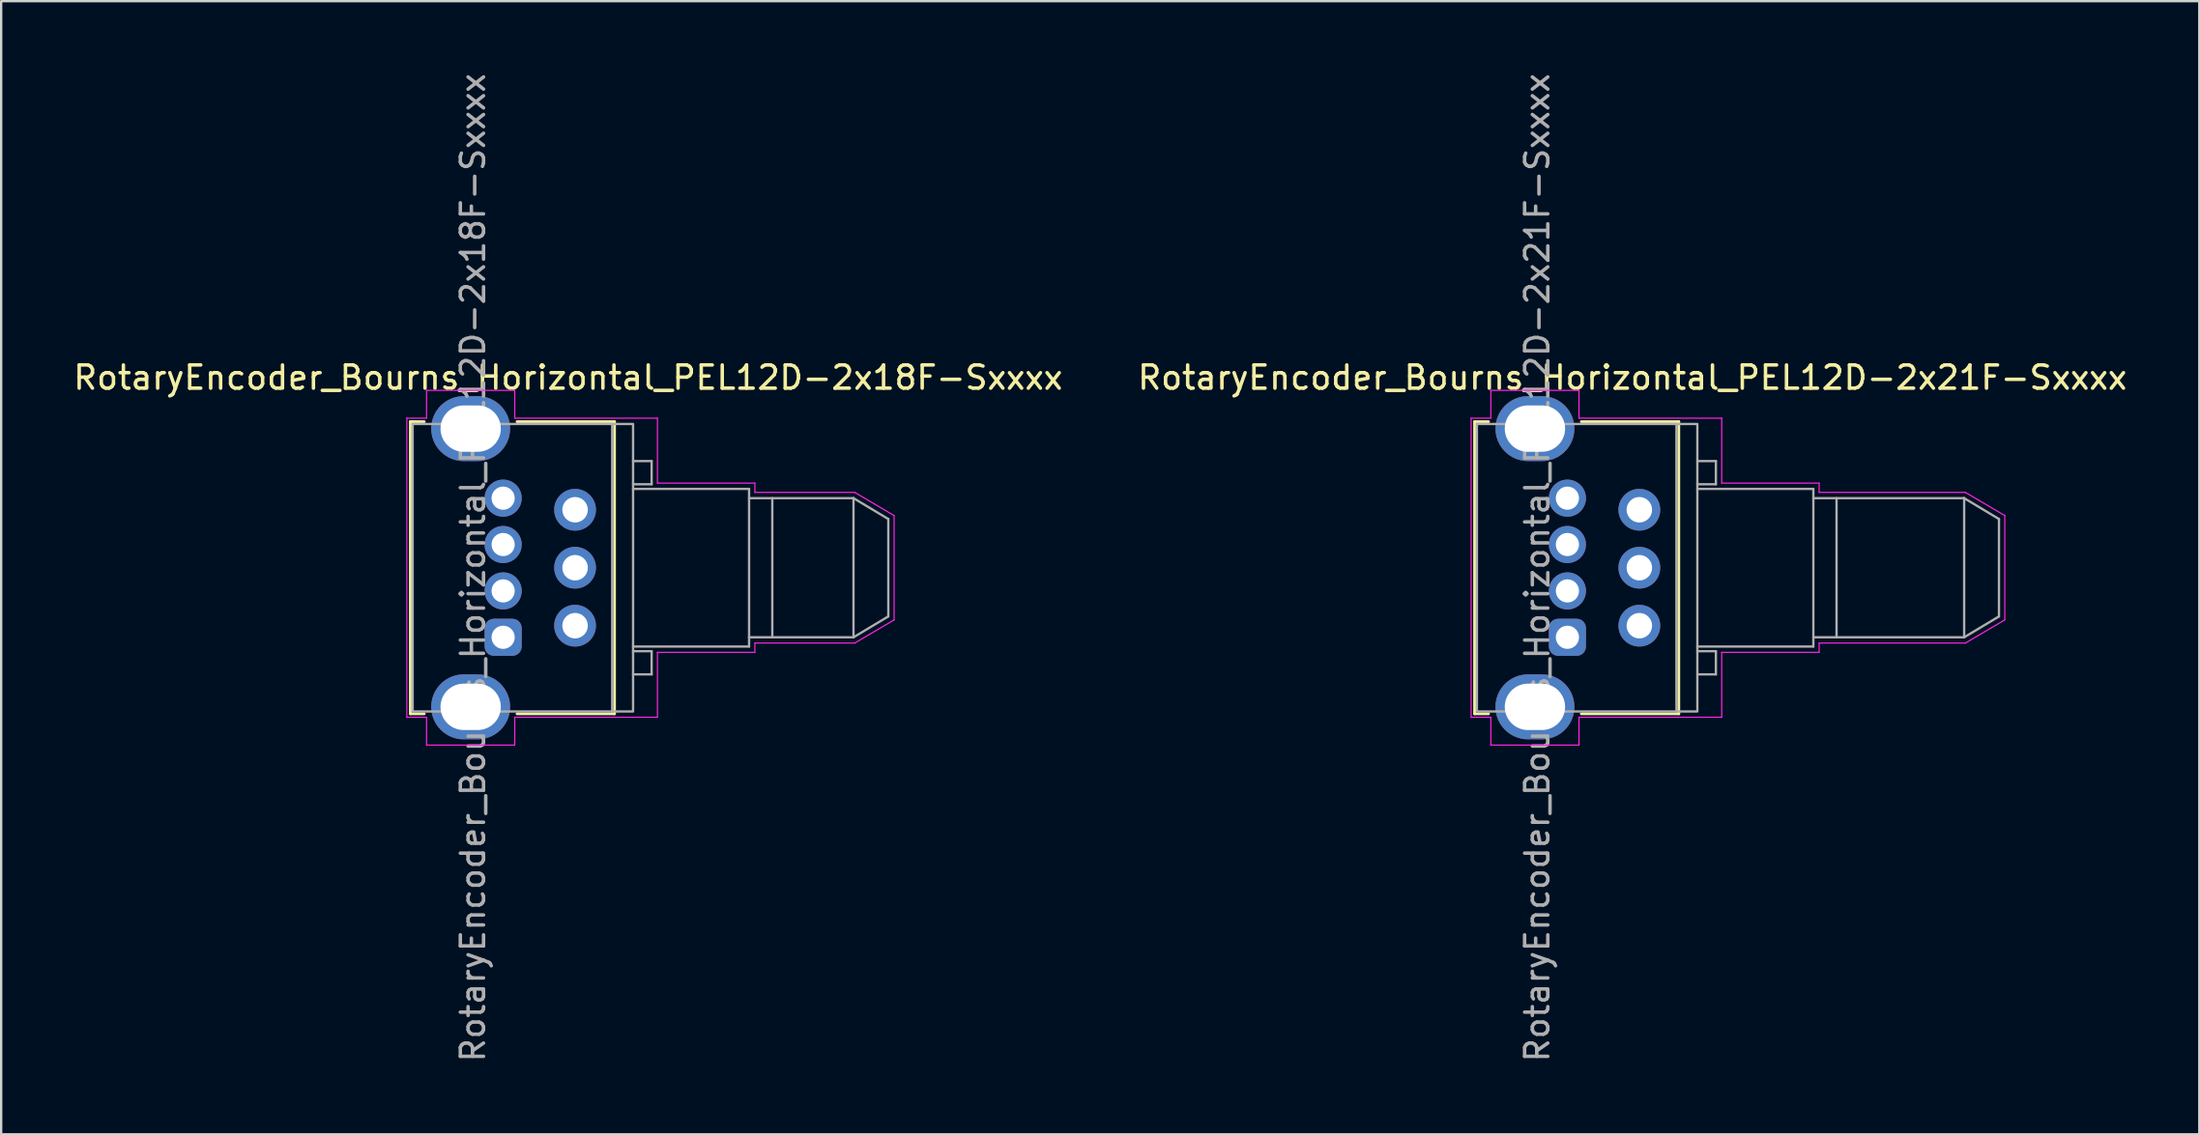
<source format=kicad_pcb>
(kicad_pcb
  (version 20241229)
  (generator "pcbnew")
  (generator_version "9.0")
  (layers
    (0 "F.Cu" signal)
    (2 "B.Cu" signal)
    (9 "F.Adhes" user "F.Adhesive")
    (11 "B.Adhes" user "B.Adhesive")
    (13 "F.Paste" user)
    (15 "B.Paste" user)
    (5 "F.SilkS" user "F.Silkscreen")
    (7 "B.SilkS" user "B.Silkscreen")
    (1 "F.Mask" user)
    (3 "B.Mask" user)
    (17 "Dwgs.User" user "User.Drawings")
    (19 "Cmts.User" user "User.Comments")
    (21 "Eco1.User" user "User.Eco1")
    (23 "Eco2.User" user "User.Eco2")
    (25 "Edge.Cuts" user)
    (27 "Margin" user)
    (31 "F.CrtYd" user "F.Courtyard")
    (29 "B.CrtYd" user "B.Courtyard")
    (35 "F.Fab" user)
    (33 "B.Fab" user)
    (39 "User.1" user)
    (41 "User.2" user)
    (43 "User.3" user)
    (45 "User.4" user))
  (footprint "RotaryEncoder_Bourns_Horizontal_PEL12D-2x18F-Sxxxx"
    (layer "F.Cu")
    (at 18.635 24.435)
    (property "Reference" "RotaryEncoder_Bourns_Horizontal_PEL12D-2x18F-Sxxxx" (at 2.8 -11.2 0) (layer "F.SilkS") (effects (font (size 1 1) (thickness 0.15))))
    (attr through_hole)
    (fp_line (start -4 -9.3) (end -4 3.3) (stroke (width 0.12) (type default)) (layer "F.SilkS"))
    (fp_line (start -4 3.3) (end -3.4 3.3) (stroke (width 0.12) (type default)) (layer "F.SilkS"))
    (fp_line (start -3.4 -9.3) (end -4 -9.3) (stroke (width 0.12) (type default)) (layer "F.SilkS"))
    (fp_line (start 0.6 3.3) (end 4.8 3.3) (stroke (width 0.12) (type default)) (layer "F.SilkS"))
    (fp_line (start 4.8 -9.3) (end 0.6 -9.3) (stroke (width 0.12) (type default)) (layer "F.SilkS"))
    (fp_line (start 4.8 3.3) (end 4.8 -9.3) (stroke (width 0.12) (type default)) (layer "F.SilkS"))
    (fp_line (start -4.15 -9.45) (end -4.15 3.45) (stroke (width 0.05) (type default)) (layer "F.CrtYd"))
    (fp_line (start -4.15 3.45) (end -3.3 3.45) (stroke (width 0.05) (type default)) (layer "F.CrtYd"))
    (fp_line (start -3.3 -10.65) (end -3.3 -9.45) (stroke (width 0.05) (type default)) (layer "F.CrtYd"))
    (fp_line (start -3.3 -9.45) (end -4.15 -9.45) (stroke (width 0.05) (type default)) (layer "F.CrtYd"))
    (fp_line (start -3.3 3.45) (end -3.3 4.65) (stroke (width 0.05) (type default)) (layer "F.CrtYd"))
    (fp_line (start -3.3 4.65) (end 0.5 4.65) (stroke (width 0.05) (type default)) (layer "F.CrtYd"))
    (fp_line (start 0.5 -10.65) (end -3.3 -10.65) (stroke (width 0.05) (type default)) (layer "F.CrtYd"))
    (fp_line (start 0.5 -9.45) (end 0.5 -10.65) (stroke (width 0.05) (type default)) (layer "F.CrtYd"))
    (fp_line (start 0.5 3.45) (end 6.65 3.45) (stroke (width 0.05) (type default)) (layer "F.CrtYd"))
    (fp_line (start 0.5 4.65) (end 0.5 3.45) (stroke (width 0.05) (type default)) (layer "F.CrtYd"))
    (fp_line (start 6.65 -9.45) (end 0.5 -9.45) (stroke (width 0.05) (type default)) (layer "F.CrtYd"))
    (fp_line (start 6.65 -6.65) (end 6.65 -9.45) (stroke (width 0.05) (type default)) (layer "F.CrtYd"))
    (fp_line (start 6.65 0.65) (end 6.65 3.45) (stroke (width 0.05) (type default)) (layer "F.CrtYd"))
    (fp_line (start 10.85 -6.65) (end 6.65 -6.65) (stroke (width 0.05) (type default)) (layer "F.CrtYd"))
    (fp_line (start 10.85 -6.25) (end 10.85 -6.65) (stroke (width 0.05) (type default)) (layer "F.CrtYd"))
    (fp_line (start 10.85 0.25) (end 15.15 0.25) (stroke (width 0.05) (type default)) (layer "F.CrtYd"))
    (fp_line (start 10.85 0.65) (end 6.65 0.65) (stroke (width 0.05) (type default)) (layer "F.CrtYd"))
    (fp_line (start 10.85 0.65) (end 10.85 0.25) (stroke (width 0.05) (type default)) (layer "F.CrtYd"))
    (fp_line (start 15.15 -6.25) (end 10.85 -6.25) (stroke (width 0.05) (type default)) (layer "F.CrtYd"))
    (fp_line (start 15.15 -6.25) (end 16.85 -5.25) (stroke (width 0.05) (type default)) (layer "F.CrtYd"))
    (fp_line (start 15.15 0.25) (end 16.85 -0.75) (stroke (width 0.05) (type default)) (layer "F.CrtYd"))
    (fp_line (start 16.85 -0.75) (end 16.85 -5.25) (stroke (width 0.05) (type default)) (layer "F.CrtYd"))
    (fp_line (start 4.7 -9.2) (end 4.7 3.2) (stroke (width 0.1) (type default)) (layer "F.Fab"))
    (fp_line (start 5.6 -7.6) (end 6.4 -7.6) (stroke (width 0.1) (type default)) (layer "F.Fab"))
    (fp_line (start 5.6 -6.4) (end 10.6 -6.4) (stroke (width 0.1) (type default)) (layer "F.Fab"))
    (fp_line (start 5.6 1.6) (end 6.4 1.6) (stroke (width 0.1) (type default)) (layer "F.Fab"))
    (fp_line (start 6.4 -7.6) (end 6.4 -6.6) (stroke (width 0.1) (type default)) (layer "F.Fab"))
    (fp_line (start 6.4 -6.6) (end 5.6 -6.6) (stroke (width 0.1) (type default)) (layer "F.Fab"))
    (fp_line (start 6.4 0.6) (end 5.6 0.6) (stroke (width 0.1) (type default)) (layer "F.Fab"))
    (fp_line (start 6.4 1.6) (end 6.4 0.6) (stroke (width 0.1) (type default)) (layer "F.Fab"))
    (fp_line (start 10.6 -6.4) (end 10.6 0.4) (stroke (width 0.1) (type default)) (layer "F.Fab"))
    (fp_line (start 10.6 -6) (end 15.1 -6) (stroke (width 0.1) (type default)) (layer "F.Fab"))
    (fp_line (start 10.6 0.4) (end 5.6 0.4) (stroke (width 0.1) (type default)) (layer "F.Fab"))
    (fp_line (start 11.6 -6) (end 11.6 0) (stroke (width 0.1) (type default)) (layer "F.Fab"))
    (fp_line (start 15.1 -6) (end 15.1 0) (stroke (width 0.1) (type default)) (layer "F.Fab"))
    (fp_line (start 15.1 -6) (end 16.6 -5.1) (stroke (width 0.1) (type default)) (layer "F.Fab"))
    (fp_line (start 15.1 0) (end 10.6 0) (stroke (width 0.1) (type default)) (layer "F.Fab"))
    (fp_line (start 15.1 0) (end 16.6 -0.9) (stroke (width 0.1) (type default)) (layer "F.Fab"))
    (fp_line (start 16.6 -0.9) (end 16.6 -5.1) (stroke (width 0.1) (type default)) (layer "F.Fab"))
    (fp_rect (start -3.9 -9.2) (end 5.6 3.2) (stroke (width 0.1) (type default)) (fill no) (layer "F.Fab"))
    (fp_text user "${REFERENCE}" (at -1.3 -3 90) (layer "F.Fab") (effects (font (size 1 1) (thickness 0.15))))
    (pad "1" thru_hole roundrect (at 0 0) (size 1.6 1.6) (drill 1) (layers "*.Cu" "*.Mask") (roundrect_rratio 0.25))
    (pad "2" thru_hole circle (at 0 -2) (size 1.6 1.6) (drill 1) (layers "*.Cu" "*.Mask"))
    (pad "3" thru_hole circle (at 0 -4) (size 1.6 1.6) (drill 1) (layers "*.Cu" "*.Mask"))
    (pad "4" thru_hole circle (at 0 -6) (size 1.6 1.6) (drill 1) (layers "*.Cu" "*.Mask"))
    (pad "A" thru_hole circle (at 3.1 -0.5) (size 1.8 1.8) (drill 1.1) (layers "*.Cu" "*.Mask"))
    (pad "B" thru_hole circle (at 3.1 -3) (size 1.8 1.8) (drill 1.1) (layers "*.Cu" "*.Mask"))
    (pad "C" thru_hole circle (at 3.1 -5.5) (size 1.8 1.8) (drill 1.1) (layers "*.Cu" "*.Mask"))
    (pad "SH" thru_hole oval (at -1.4 -9) (size 3.4 2.8) (drill oval 2.6 2) (layers "*.Cu" "*.Mask"))
    (pad "SH" thru_hole oval (at -1.4 3) (size 3.4 2.8) (drill oval 2.6 2) (layers "*.Cu" "*.Mask"))
    (zone (net_name "") (layer "F.Cu") (hatch edge 0.5) (connect_pads) (min_thickness 0.25) (filled_areas_thickness no) (keepout (tracks not_allowed) (vias not_allowed) (pads not_allowed) (copperpour allowed) (footprints allowed)) (placement (enabled no)) (fill) (polygon (pts (xy 15.435 15.035) (xy 14.535 15.035) (xy 14.535 15.735) (xy 15.435 15.735))))
    (zone (net_name "") (layer "F.Cu") (hatch edge 0.5) (connect_pads) (min_thickness 0.25) (filled_areas_thickness no) (keepout (tracks not_allowed) (vias not_allowed) (pads not_allowed) (copperpour allowed) (footprints allowed)) (placement (enabled no)) (fill) (polygon (pts (xy 15.435 27.135) (xy 14.535 27.135) (xy 14.535 27.835) (xy 15.435 27.835))))
    (zone (net_name "") (layers "F.Cu" "F.Fab") (hatch edge 0.5) (connect_pads) (min_thickness 0.25) (filled_areas_thickness no) (keepout (tracks not_allowed) (vias not_allowed) (pads not_allowed) (copperpour allowed) (footprints allowed)) (placement (enabled no)) (fill) (polygon (pts (xy 23.535 14.985) (xy 22.235 14.985) (xy 22.235 15.735) (xy 23.535 15.735))))
    (zone (net_name "") (layers "F.Cu" "F.Fab") (hatch edge 0.5) (connect_pads) (min_thickness 0.25) (filled_areas_thickness no) (keepout (tracks not_allowed) (vias not_allowed) (pads not_allowed) (copperpour allowed) (footprints allowed)) (placement (enabled no)) (fill) (polygon (pts (xy 23.535 27.135) (xy 22.235 27.135) (xy 22.235 27.885) (xy 23.535 27.885)))))
  (footprint "RotaryEncoder_Bourns_Horizontal_PEL12D-2x21F-Sxxxx"
    (layer "F.Cu")
    (at 64.504 24.435)
    (property "Reference" "RotaryEncoder_Bourns_Horizontal_PEL12D-2x21F-Sxxxx" (at 2.8 -11.2 0) (layer "F.SilkS") (effects (font (size 1 1) (thickness 0.15))))
    (attr through_hole)
    (fp_line (start -4 -9.3) (end -4 3.3) (stroke (width 0.12) (type default)) (layer "F.SilkS"))
    (fp_line (start -4 3.3) (end -3.4 3.3) (stroke (width 0.12) (type default)) (layer "F.SilkS"))
    (fp_line (start -3.4 -9.3) (end -4 -9.3) (stroke (width 0.12) (type default)) (layer "F.SilkS"))
    (fp_line (start 0.6 3.3) (end 4.8 3.3) (stroke (width 0.12) (type default)) (layer "F.SilkS"))
    (fp_line (start 4.8 -9.3) (end 0.6 -9.3) (stroke (width 0.12) (type default)) (layer "F.SilkS"))
    (fp_line (start 4.8 3.3) (end 4.8 -9.3) (stroke (width 0.12) (type default)) (layer "F.SilkS"))
    (fp_line (start -4.15 -9.45) (end -4.15 3.45) (stroke (width 0.05) (type default)) (layer "F.CrtYd"))
    (fp_line (start -4.15 3.45) (end -3.3 3.45) (stroke (width 0.05) (type default)) (layer "F.CrtYd"))
    (fp_line (start -3.3 -10.65) (end -3.3 -9.45) (stroke (width 0.05) (type default)) (layer "F.CrtYd"))
    (fp_line (start -3.3 -9.45) (end -4.15 -9.45) (stroke (width 0.05) (type default)) (layer "F.CrtYd"))
    (fp_line (start -3.3 3.45) (end -3.3 4.65) (stroke (width 0.05) (type default)) (layer "F.CrtYd"))
    (fp_line (start -3.3 4.65) (end 0.5 4.65) (stroke (width 0.05) (type default)) (layer "F.CrtYd"))
    (fp_line (start 0.5 -10.65) (end -3.3 -10.65) (stroke (width 0.05) (type default)) (layer "F.CrtYd"))
    (fp_line (start 0.5 -9.45) (end 0.5 -10.65) (stroke (width 0.05) (type default)) (layer "F.CrtYd"))
    (fp_line (start 0.5 3.45) (end 6.65 3.45) (stroke (width 0.05) (type default)) (layer "F.CrtYd"))
    (fp_line (start 0.5 4.65) (end 0.5 3.45) (stroke (width 0.05) (type default)) (layer "F.CrtYd"))
    (fp_line (start 6.65 -9.45) (end 0.5 -9.45) (stroke (width 0.05) (type default)) (layer "F.CrtYd"))
    (fp_line (start 6.65 -6.65) (end 6.65 -9.45) (stroke (width 0.05) (type default)) (layer "F.CrtYd"))
    (fp_line (start 6.65 0.65) (end 6.65 3.45) (stroke (width 0.05) (type default)) (layer "F.CrtYd"))
    (fp_line (start 10.85 -6.65) (end 6.65 -6.65) (stroke (width 0.05) (type default)) (layer "F.CrtYd"))
    (fp_line (start 10.85 -6.25) (end 10.85 -6.65) (stroke (width 0.05) (type default)) (layer "F.CrtYd"))
    (fp_line (start 10.85 0.25) (end 17.15 0.25) (stroke (width 0.05) (type default)) (layer "F.CrtYd"))
    (fp_line (start 10.85 0.65) (end 6.65 0.65) (stroke (width 0.05) (type default)) (layer "F.CrtYd"))
    (fp_line (start 10.85 0.65) (end 10.85 0.25) (stroke (width 0.05) (type default)) (layer "F.CrtYd"))
    (fp_line (start 17.15 -6.25) (end 10.85 -6.25) (stroke (width 0.05) (type default)) (layer "F.CrtYd"))
    (fp_line (start 17.15 -6.25) (end 18.85 -5.25) (stroke (width 0.05) (type default)) (layer "F.CrtYd"))
    (fp_line (start 17.15 0.25) (end 18.85 -0.75) (stroke (width 0.05) (type default)) (layer "F.CrtYd"))
    (fp_line (start 18.85 -0.75) (end 18.85 -5.25) (stroke (width 0.05) (type default)) (layer "F.CrtYd"))
    (fp_line (start 4.7 -9.2) (end 4.7 3.2) (stroke (width 0.1) (type default)) (layer "F.Fab"))
    (fp_line (start 5.6 -7.6) (end 6.4 -7.6) (stroke (width 0.1) (type default)) (layer "F.Fab"))
    (fp_line (start 5.6 -6.4) (end 10.6 -6.4) (stroke (width 0.1) (type default)) (layer "F.Fab"))
    (fp_line (start 5.6 1.6) (end 6.4 1.6) (stroke (width 0.1) (type default)) (layer "F.Fab"))
    (fp_line (start 6.4 -7.6) (end 6.4 -6.6) (stroke (width 0.1) (type default)) (layer "F.Fab"))
    (fp_line (start 6.4 -6.6) (end 5.6 -6.6) (stroke (width 0.1) (type default)) (layer "F.Fab"))
    (fp_line (start 6.4 0.6) (end 5.6 0.6) (stroke (width 0.1) (type default)) (layer "F.Fab"))
    (fp_line (start 6.4 1.6) (end 6.4 0.6) (stroke (width 0.1) (type default)) (layer "F.Fab"))
    (fp_line (start 10.6 -6.4) (end 10.6 0.4) (stroke (width 0.1) (type default)) (layer "F.Fab"))
    (fp_line (start 10.6 -6) (end 17.1 -6) (stroke (width 0.1) (type default)) (layer "F.Fab"))
    (fp_line (start 10.6 0.4) (end 5.6 0.4) (stroke (width 0.1) (type default)) (layer "F.Fab"))
    (fp_line (start 11.6 -6) (end 11.6 0) (stroke (width 0.1) (type default)) (layer "F.Fab"))
    (fp_line (start 17.1 -6) (end 17.1 0) (stroke (width 0.1) (type default)) (layer "F.Fab"))
    (fp_line (start 17.1 -6) (end 18.6 -5.1) (stroke (width 0.1) (type default)) (layer "F.Fab"))
    (fp_line (start 17.1 0) (end 10.6 0) (stroke (width 0.1) (type default)) (layer "F.Fab"))
    (fp_line (start 17.1 0) (end 18.6 -0.9) (stroke (width 0.1) (type default)) (layer "F.Fab"))
    (fp_line (start 18.6 -0.9) (end 18.6 -5.1) (stroke (width 0.1) (type default)) (layer "F.Fab"))
    (fp_rect (start -3.9 -9.2) (end 5.6 3.2) (stroke (width 0.1) (type default)) (fill no) (layer "F.Fab"))
    (fp_text user "${REFERENCE}" (at -1.3 -3 90) (layer "F.Fab") (effects (font (size 1 1) (thickness 0.15))))
    (pad "1" thru_hole roundrect (at 0 0) (size 1.6 1.6) (drill 1) (layers "*.Cu" "*.Mask") (roundrect_rratio 0.25))
    (pad "2" thru_hole circle (at 0 -2) (size 1.6 1.6) (drill 1) (layers "*.Cu" "*.Mask"))
    (pad "3" thru_hole circle (at 0 -4) (size 1.6 1.6) (drill 1) (layers "*.Cu" "*.Mask"))
    (pad "4" thru_hole circle (at 0 -6) (size 1.6 1.6) (drill 1) (layers "*.Cu" "*.Mask"))
    (pad "A" thru_hole circle (at 3.1 -0.5) (size 1.8 1.8) (drill 1.1) (layers "*.Cu" "*.Mask"))
    (pad "B" thru_hole circle (at 3.1 -3) (size 1.8 1.8) (drill 1.1) (layers "*.Cu" "*.Mask"))
    (pad "C" thru_hole circle (at 3.1 -5.5) (size 1.8 1.8) (drill 1.1) (layers "*.Cu" "*.Mask"))
    (pad "SH" thru_hole oval (at -1.4 -9) (size 3.4 2.8) (drill oval 2.6 2) (layers "*.Cu" "*.Mask"))
    (pad "SH" thru_hole oval (at -1.4 3) (size 3.4 2.8) (drill oval 2.6 2) (layers "*.Cu" "*.Mask"))
    (zone (net_name "") (layer "F.Cu") (hatch edge 0.5) (connect_pads) (min_thickness 0.25) (filled_areas_thickness no) (keepout (tracks not_allowed) (vias not_allowed) (pads not_allowed) (copperpour allowed) (footprints allowed)) (placement (enabled no)) (fill) (polygon (pts (xy 61.304 15.035) (xy 60.404 15.035) (xy 60.404 15.735) (xy 61.304 15.735))))
    (zone (net_name "") (layer "F.Cu") (hatch edge 0.5) (connect_pads) (min_thickness 0.25) (filled_areas_thickness no) (keepout (tracks not_allowed) (vias not_allowed) (pads not_allowed) (copperpour allowed) (footprints allowed)) (placement (enabled no)) (fill) (polygon (pts (xy 61.304 27.135) (xy 60.404 27.135) (xy 60.404 27.835) (xy 61.304 27.835))))
    (zone (net_name "") (layers "F.Cu" "F.Fab") (hatch edge 0.5) (connect_pads) (min_thickness 0.25) (filled_areas_thickness no) (keepout (tracks not_allowed) (vias not_allowed) (pads not_allowed) (copperpour allowed) (footprints allowed)) (placement (enabled no)) (fill) (polygon (pts (xy 69.404 14.985) (xy 68.104 14.985) (xy 68.104 15.735) (xy 69.404 15.735))))
    (zone (net_name "") (layers "F.Cu" "F.Fab") (hatch edge 0.5) (connect_pads) (min_thickness 0.25) (filled_areas_thickness no) (keepout (tracks not_allowed) (vias not_allowed) (pads not_allowed) (copperpour allowed) (footprints allowed)) (placement (enabled no)) (fill) (polygon (pts (xy 69.404 27.135) (xy 68.104 27.135) (xy 68.104 27.885) (xy 69.404 27.885)))))
  (gr_rect
    (start -3 -3)
    (end 91.738 45.869)
    (stroke (width 0.1) (type default))
    (fill no)
    (layer "Edge.Cuts")))
</source>
